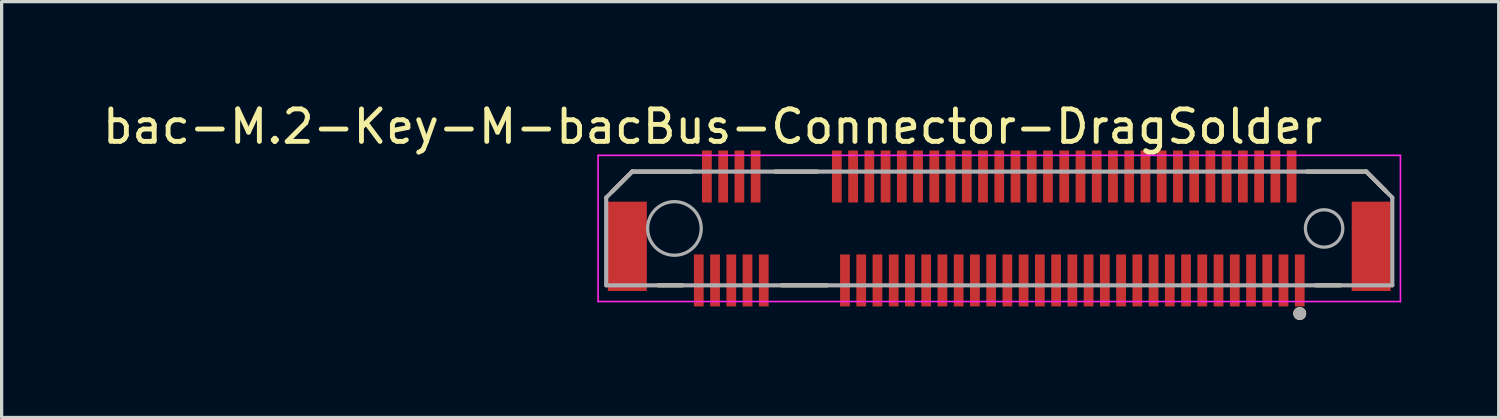
<source format=kicad_pcb>
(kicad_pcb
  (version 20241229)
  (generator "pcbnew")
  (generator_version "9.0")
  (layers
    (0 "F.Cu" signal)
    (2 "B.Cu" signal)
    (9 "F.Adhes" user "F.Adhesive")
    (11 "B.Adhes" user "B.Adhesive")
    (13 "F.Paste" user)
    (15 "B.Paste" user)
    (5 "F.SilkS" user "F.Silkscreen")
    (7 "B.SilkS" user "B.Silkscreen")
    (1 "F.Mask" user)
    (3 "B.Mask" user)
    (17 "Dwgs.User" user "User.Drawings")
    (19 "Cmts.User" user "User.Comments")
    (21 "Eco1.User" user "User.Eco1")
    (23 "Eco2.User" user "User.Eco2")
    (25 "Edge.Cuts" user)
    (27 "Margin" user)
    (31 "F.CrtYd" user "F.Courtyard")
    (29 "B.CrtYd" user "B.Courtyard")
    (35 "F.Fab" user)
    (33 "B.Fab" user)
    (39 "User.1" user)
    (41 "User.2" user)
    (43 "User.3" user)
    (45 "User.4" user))
  (footprint "bac-M.2-Key-M-bacBus-Connector-DragSolder"
    (layer "F.Cu")
    (at 27.712 3.983)
    (property "Reference" "bac-M.2-Key-M-bacBus-Connector-DragSolder" (at -8.825 -3.135 0) (layer "F.SilkS") (effects (font (size 1 1) (thickness 0.15))))
    (attr smd)
    (fp_line (start -11.905 -1.145) (end -11.3 -1.75) (stroke (width 0.127) (type solid)) (layer "F.SilkS"))
    (fp_line (start -11.3 -1.75) (end -9.47 -1.75) (stroke (width 0.127) (type solid)) (layer "F.SilkS"))
    (fp_line (start -10.5 1.75) (end -9.75 1.75) (stroke (width 0.127) (type solid)) (layer "F.SilkS"))
    (fp_line (start -6.9 -1.75) (end -5.6 -1.75) (stroke (width 0.127) (type solid)) (layer "F.SilkS"))
    (fp_line (start -6.7 1.75) (end -5.3 1.75) (stroke (width 0.127) (type solid)) (layer "F.SilkS"))
    (fp_line (start 9.47 -1.75) (end 11.3 -1.75) (stroke (width 0.127) (type solid)) (layer "F.SilkS"))
    (fp_line (start 10.5 1.75) (end 9.75 1.75) (stroke (width 0.127) (type solid)) (layer "F.SilkS"))
    (fp_line (start 11.3 -1.75) (end 11.905 -1.145) (stroke (width 0.127) (type solid)) (layer "F.SilkS"))
    (fp_circle (center 9.25 2.619) (end 9.35 2.619) (stroke (width 0.2) (type solid)) (fill no) (layer "F.SilkS"))
    (fp_line (start -12.35 -2.25) (end -12.35 2.25) (stroke (width 0.05) (type solid)) (layer "F.CrtYd"))
    (fp_line (start -12.35 2.25) (end 12.35 2.25) (stroke (width 0.05) (type solid)) (layer "F.CrtYd"))
    (fp_line (start 12.35 -2.25) (end -12.35 -2.25) (stroke (width 0.05) (type solid)) (layer "F.CrtYd"))
    (fp_line (start 12.35 2.25) (end 12.35 -2.25) (stroke (width 0.05) (type solid)) (layer "F.CrtYd"))
    (fp_line (start -12.1 -0.95) (end -11.3 -1.75) (stroke (width 0.127) (type solid)) (layer "F.Fab"))
    (fp_line (start -12.1 1.75) (end -12.1 -0.95) (stroke (width 0.127) (type solid)) (layer "F.Fab"))
    (fp_line (start -11.3 -1.75) (end 11.3 -1.75) (stroke (width 0.127) (type solid)) (layer "F.Fab"))
    (fp_line (start 11.3 -1.75) (end 12.1 -0.95) (stroke (width 0.127) (type solid)) (layer "F.Fab"))
    (fp_line (start 12.1 -0.95) (end 12.1 1.75) (stroke (width 0.127) (type solid)) (layer "F.Fab"))
    (fp_line (start 12.1 1.75) (end -12.1 1.75) (stroke (width 0.127) (type solid)) (layer "F.Fab"))
    (fp_circle (center -10 0) (end -9.175 0) (stroke (width 0.1) (type solid)) (fill no) (layer "F.Fab"))
    (fp_circle (center 9.25 2.619) (end 9.35 2.619) (stroke (width 0.2) (type solid)) (fill no) (layer "F.Fab"))
    (fp_circle (center 10 0) (end 10.575 0) (stroke (width 0.1) (type solid)) (fill no) (layer "F.Fab"))
    (pad "1" smd rect (at 9.25 1.6) (size 0.3 1.6) (layers "F.Cu" "F.Mask" "F.Paste"))
    (pad "2" smd rect (at 9 -1.6) (size 0.3 1.6) (layers "F.Cu" "F.Mask" "F.Paste"))
    (pad "3" smd rect (at 8.75 1.6) (size 0.3 1.6) (layers "F.Cu" "F.Mask" "F.Paste"))
    (pad "4" smd rect (at 8.5 -1.6) (size 0.3 1.6) (layers "F.Cu" "F.Mask" "F.Paste"))
    (pad "5" smd rect (at 8.25 1.6) (size 0.3 1.6) (layers "F.Cu" "F.Mask" "F.Paste"))
    (pad "6" smd rect (at 8 -1.6) (size 0.3 1.6) (layers "F.Cu" "F.Mask" "F.Paste"))
    (pad "7" smd rect (at 7.75 1.6) (size 0.3 1.6) (layers "F.Cu" "F.Mask" "F.Paste"))
    (pad "8" smd rect (at 7.5 -1.6) (size 0.3 1.6) (layers "F.Cu" "F.Mask" "F.Paste"))
    (pad "9" smd rect (at 7.25 1.6) (size 0.3 1.6) (layers "F.Cu" "F.Mask" "F.Paste"))
    (pad "10" smd rect (at 7 -1.6) (size 0.3 1.6) (layers "F.Cu" "F.Mask" "F.Paste"))
    (pad "11" smd rect (at 6.75 1.6) (size 0.3 1.6) (layers "F.Cu" "F.Mask" "F.Paste"))
    (pad "12" smd rect (at 6.5 -1.6) (size 0.3 1.6) (layers "F.Cu" "F.Mask" "F.Paste"))
    (pad "13" smd rect (at 6.25 1.6) (size 0.3 1.6) (layers "F.Cu" "F.Mask" "F.Paste"))
    (pad "14" smd rect (at 6 -1.6) (size 0.3 1.6) (layers "F.Cu" "F.Mask" "F.Paste"))
    (pad "15" smd rect (at 5.75 1.6) (size 0.3 1.6) (layers "F.Cu" "F.Mask" "F.Paste"))
    (pad "16" smd rect (at 5.5 -1.6) (size 0.3 1.6) (layers "F.Cu" "F.Mask" "F.Paste"))
    (pad "17" smd rect (at 5.25 1.6) (size 0.3 1.6) (layers "F.Cu" "F.Mask" "F.Paste"))
    (pad "18" smd rect (at 5 -1.6) (size 0.3 1.6) (layers "F.Cu" "F.Mask" "F.Paste"))
    (pad "19" smd rect (at 4.75 1.6) (size 0.3 1.6) (layers "F.Cu" "F.Mask" "F.Paste"))
    (pad "20" smd rect (at 4.5 -1.6) (size 0.3 1.6) (layers "F.Cu" "F.Mask" "F.Paste"))
    (pad "21" smd rect (at 4.25 1.6) (size 0.3 1.6) (layers "F.Cu" "F.Mask" "F.Paste"))
    (pad "22" smd rect (at 4 -1.6) (size 0.3 1.6) (layers "F.Cu" "F.Mask" "F.Paste"))
    (pad "23" smd rect (at 3.75 1.6) (size 0.3 1.6) (layers "F.Cu" "F.Mask" "F.Paste"))
    (pad "24" smd rect (at 3.5 -1.6) (size 0.3 1.6) (layers "F.Cu" "F.Mask" "F.Paste"))
    (pad "25" smd rect (at 3.25 1.6) (size 0.3 1.6) (layers "F.Cu" "F.Mask" "F.Paste"))
    (pad "26" smd rect (at 3 -1.6) (size 0.3 1.6) (layers "F.Cu" "F.Mask" "F.Paste"))
    (pad "27" smd rect (at 2.75 1.6) (size 0.3 1.6) (layers "F.Cu" "F.Mask" "F.Paste"))
    (pad "28" smd rect (at 2.5 -1.6) (size 0.3 1.6) (layers "F.Cu" "F.Mask" "F.Paste"))
    (pad "29" smd rect (at 2.25 1.6) (size 0.3 1.6) (layers "F.Cu" "F.Mask" "F.Paste"))
    (pad "30" smd rect (at 2 -1.6) (size 0.3 1.6) (layers "F.Cu" "F.Mask" "F.Paste"))
    (pad "31" smd rect (at 1.75 1.6) (size 0.3 1.6) (layers "F.Cu" "F.Mask" "F.Paste"))
    (pad "32" smd rect (at 1.5 -1.6) (size 0.3 1.6) (layers "F.Cu" "F.Mask" "F.Paste"))
    (pad "33" smd rect (at 1.25 1.6) (size 0.3 1.6) (layers "F.Cu" "F.Mask" "F.Paste"))
    (pad "34" smd rect (at 1 -1.6) (size 0.3 1.6) (layers "F.Cu" "F.Mask" "F.Paste"))
    (pad "35" smd rect (at 0.75 1.6) (size 0.3 1.6) (layers "F.Cu" "F.Mask" "F.Paste"))
    (pad "36" smd rect (at 0.5 -1.6) (size 0.3 1.6) (layers "F.Cu" "F.Mask" "F.Paste"))
    (pad "37" smd rect (at 0.25 1.6) (size 0.3 1.6) (layers "F.Cu" "F.Mask" "F.Paste"))
    (pad "38" smd rect (at 0 -1.6) (size 0.3 1.6) (layers "F.Cu" "F.Mask" "F.Paste"))
    (pad "39" smd rect (at -0.25 1.6) (size 0.3 1.6) (layers "F.Cu" "F.Mask" "F.Paste"))
    (pad "40" smd rect (at -0.5 -1.6) (size 0.3 1.6) (layers "F.Cu" "F.Mask" "F.Paste"))
    (pad "41" smd rect (at -0.75 1.6) (size 0.3 1.6) (layers "F.Cu" "F.Mask" "F.Paste"))
    (pad "42" smd rect (at -1 -1.6) (size 0.3 1.6) (layers "F.Cu" "F.Mask" "F.Paste"))
    (pad "43" smd rect (at -1.25 1.6) (size 0.3 1.6) (layers "F.Cu" "F.Mask" "F.Paste"))
    (pad "44" smd rect (at -1.5 -1.6) (size 0.3 1.6) (layers "F.Cu" "F.Mask" "F.Paste"))
    (pad "45" smd rect (at -1.75 1.6) (size 0.3 1.6) (layers "F.Cu" "F.Mask" "F.Paste"))
    (pad "46" smd rect (at -2 -1.6) (size 0.3 1.6) (layers "F.Cu" "F.Mask" "F.Paste"))
    (pad "47" smd rect (at -2.25 1.6) (size 0.3 1.6) (layers "F.Cu" "F.Mask" "F.Paste"))
    (pad "48" smd rect (at -2.5 -1.6) (size 0.3 1.6) (layers "F.Cu" "F.Mask" "F.Paste"))
    (pad "49" smd rect (at -2.75 1.6) (size 0.3 1.6) (layers "F.Cu" "F.Mask" "F.Paste"))
    (pad "50" smd rect (at -3 -1.6) (size 0.3 1.6) (layers "F.Cu" "F.Mask" "F.Paste"))
    (pad "51" smd rect (at -3.25 1.6) (size 0.3 1.6) (layers "F.Cu" "F.Mask" "F.Paste"))
    (pad "52" smd rect (at -3.5 -1.6) (size 0.3 1.6) (layers "F.Cu" "F.Mask" "F.Paste"))
    (pad "53" smd rect (at -3.75 1.6) (size 0.3 1.6) (layers "F.Cu" "F.Mask" "F.Paste"))
    (pad "54" smd rect (at -4 -1.6) (size 0.3 1.6) (layers "F.Cu" "F.Mask" "F.Paste"))
    (pad "55" smd rect (at -4.25 1.6) (size 0.3 1.6) (layers "F.Cu" "F.Mask" "F.Paste"))
    (pad "56" smd rect (at -4.5 -1.6) (size 0.3 1.6) (layers "F.Cu" "F.Mask" "F.Paste"))
    (pad "57" smd rect (at -4.75 1.6) (size 0.3 1.6) (layers "F.Cu" "F.Mask" "F.Paste"))
    (pad "58" smd rect (at -5 -1.6) (size 0.3 1.6) (layers "F.Cu" "F.Mask" "F.Paste"))
    (pad "67" smd rect (at -7.25 1.6) (size 0.3 1.6) (layers "F.Cu" "F.Mask" "F.Paste"))
    (pad "68" smd rect (at -7.5 -1.6) (size 0.3 1.6) (layers "F.Cu" "F.Mask" "F.Paste"))
    (pad "69" smd rect (at -7.75 1.6) (size 0.3 1.6) (layers "F.Cu" "F.Mask" "F.Paste"))
    (pad "70" smd rect (at -8 -1.6) (size 0.3 1.6) (layers "F.Cu" "F.Mask" "F.Paste"))
    (pad "71" smd rect (at -8.25 1.6) (size 0.3 1.6) (layers "F.Cu" "F.Mask" "F.Paste"))
    (pad "72" smd rect (at -8.5 -1.6) (size 0.3 1.6) (layers "F.Cu" "F.Mask" "F.Paste"))
    (pad "73" smd rect (at -8.75 1.6) (size 0.3 1.6) (layers "F.Cu" "F.Mask" "F.Paste"))
    (pad "74" smd rect (at -9 -1.6) (size 0.3 1.6) (layers "F.Cu" "F.Mask" "F.Paste"))
    (pad "75" smd rect (at -9.25 1.6) (size 0.3 1.6) (layers "F.Cu" "F.Mask" "F.Paste"))
    (pad "S1" smd rect (at -11.45 0.55) (size 1.2 2.75) (layers "F.Cu" "F.Mask" "F.Paste"))
    (pad "S2" smd rect (at 11.45 0.55) (size 1.2 2.75) (layers "F.Cu" "F.Mask" "F.Paste")))
  (gr_rect
    (start -3 -3)
    (end 43.087 9.802)
    (stroke (width 0.1) (type default))
    (fill no)
    (layer "Edge.Cuts")))
</source>
